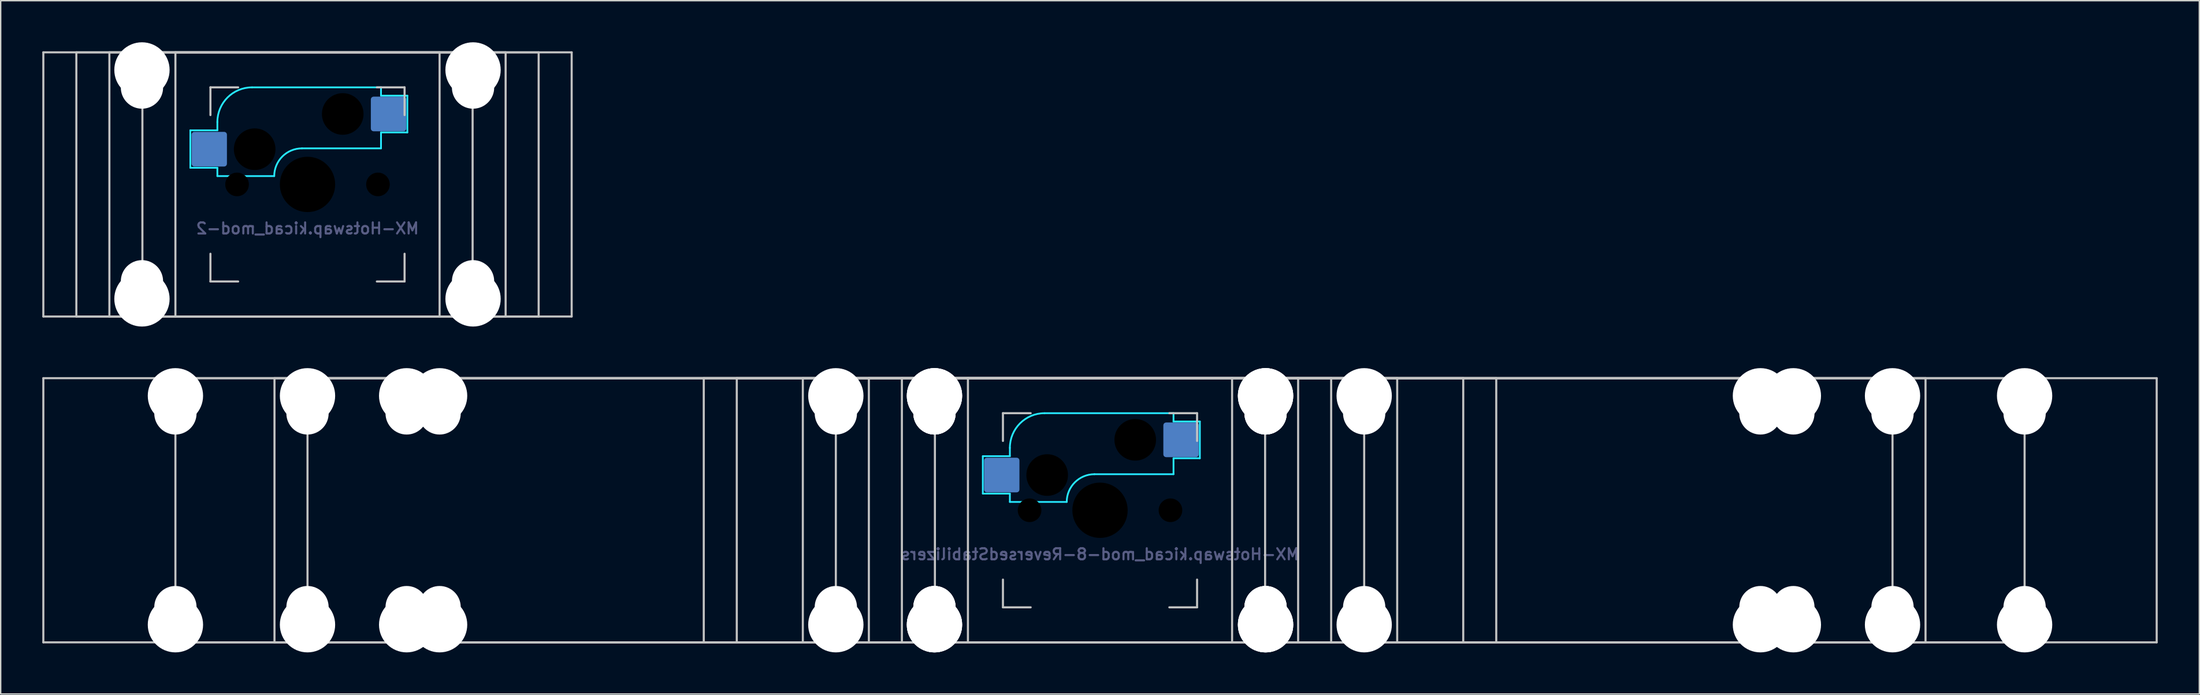
<source format=kicad_pcb>
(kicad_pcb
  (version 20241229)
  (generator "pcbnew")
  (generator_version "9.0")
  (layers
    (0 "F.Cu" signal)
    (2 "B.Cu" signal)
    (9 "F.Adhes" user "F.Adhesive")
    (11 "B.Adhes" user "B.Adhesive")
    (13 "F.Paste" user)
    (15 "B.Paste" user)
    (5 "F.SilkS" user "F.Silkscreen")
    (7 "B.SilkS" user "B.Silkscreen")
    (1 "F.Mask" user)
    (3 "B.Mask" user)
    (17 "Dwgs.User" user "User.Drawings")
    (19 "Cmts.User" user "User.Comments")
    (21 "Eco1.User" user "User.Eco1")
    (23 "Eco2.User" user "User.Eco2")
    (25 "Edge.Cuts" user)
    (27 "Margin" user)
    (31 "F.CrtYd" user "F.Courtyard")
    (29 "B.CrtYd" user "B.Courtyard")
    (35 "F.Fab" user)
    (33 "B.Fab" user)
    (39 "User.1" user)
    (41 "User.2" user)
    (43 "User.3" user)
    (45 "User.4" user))
  (footprint "MX-Hotswap.kicad_mod-8-ReversedStabilizers"
    (layer "F.Cu")
    (at 76.275 33.747)
    (property "Reference" "MX-Hotswap.kicad_mod-8-ReversedStabilizers" (at 0 3.175 0) (layer "B.Fab") (effects (font (size 0.8 0.8) (thickness 0.15)) (justify mirror)))
    (attr smd)
    (fp_line (start -76.2 9.525) (end -76.2 -9.525) (stroke (width 0.15) (type solid)) (layer "Dwgs.User"))
    (fp_line (start -66.675 9.525) (end -66.675 -9.525) (stroke (width 0.15) (type solid)) (layer "Dwgs.User"))
    (fp_line (start -59.531 9.525) (end -59.531 -9.525) (stroke (width 0.15) (type solid)) (layer "Dwgs.User"))
    (fp_line (start -57.15 9.525) (end -57.15 -9.525) (stroke (width 0.15) (type solid)) (layer "Dwgs.User"))
    (fp_line (start -28.575 9.525) (end -28.575 -9.525) (stroke (width 0.15) (type solid)) (layer "Dwgs.User"))
    (fp_line (start -26.194 9.525) (end -26.194 -9.525) (stroke (width 0.15) (type solid)) (layer "Dwgs.User"))
    (fp_line (start -21.431 9.525) (end -21.431 -9.525) (stroke (width 0.15) (type solid)) (layer "Dwgs.User"))
    (fp_line (start -19.05 9.525) (end -19.05 -9.525) (stroke (width 0.15) (type solid)) (layer "Dwgs.User"))
    (fp_line (start -16.669 9.525) (end -16.669 -9.525) (stroke (width 0.15) (type solid)) (layer "Dwgs.User"))
    (fp_line (start -14.287 9.525) (end -14.287 -9.525) (stroke (width 0.15) (type solid)) (layer "Dwgs.User"))
    (fp_line (start -11.906 9.525) (end -11.906 -9.525) (stroke (width 0.15) (type solid)) (layer "Dwgs.User"))
    (fp_line (start -9.525 9.525) (end -9.525 -9.525) (stroke (width 0.15) (type solid)) (layer "Dwgs.User"))
    (fp_line (start -7 -7) (end -7 -5) (stroke (width 0.15) (type solid)) (layer "Dwgs.User"))
    (fp_line (start -7 5) (end -7 7) (stroke (width 0.15) (type solid)) (layer "Dwgs.User"))
    (fp_line (start -7 7) (end -5 7) (stroke (width 0.15) (type solid)) (layer "Dwgs.User"))
    (fp_line (start -5 -7) (end -7 -7) (stroke (width 0.15) (type solid)) (layer "Dwgs.User"))
    (fp_line (start 5 -7) (end 7 -7) (stroke (width 0.15) (type solid)) (layer "Dwgs.User"))
    (fp_line (start 5 7) (end 7 7) (stroke (width 0.15) (type solid)) (layer "Dwgs.User"))
    (fp_line (start 7 -7) (end 7 -5) (stroke (width 0.15) (type solid)) (layer "Dwgs.User"))
    (fp_line (start 7 7) (end 7 5) (stroke (width 0.15) (type solid)) (layer "Dwgs.User"))
    (fp_line (start 9.525 -9.525) (end -9.525 -9.525) (stroke (width 0.15) (type solid)) (layer "Dwgs.User"))
    (fp_line (start 9.525 9.525) (end -9.525 9.525) (stroke (width 0.15) (type solid)) (layer "Dwgs.User"))
    (fp_line (start 9.525 9.525) (end 9.525 -9.525) (stroke (width 0.15) (type solid)) (layer "Dwgs.User"))
    (fp_line (start 11.906 -9.525) (end -11.906 -9.525) (stroke (width 0.15) (type solid)) (layer "Dwgs.User"))
    (fp_line (start 11.906 9.525) (end -11.906 9.525) (stroke (width 0.15) (type solid)) (layer "Dwgs.User"))
    (fp_line (start 11.906 9.525) (end 11.906 -9.525) (stroke (width 0.15) (type solid)) (layer "Dwgs.User"))
    (fp_line (start 14.287 -9.525) (end -14.287 -9.525) (stroke (width 0.15) (type solid)) (layer "Dwgs.User"))
    (fp_line (start 14.287 9.525) (end -14.287 9.525) (stroke (width 0.15) (type solid)) (layer "Dwgs.User"))
    (fp_line (start 14.287 9.525) (end 14.287 -9.525) (stroke (width 0.15) (type solid)) (layer "Dwgs.User"))
    (fp_line (start 16.669 -9.525) (end -16.669 -9.525) (stroke (width 0.15) (type solid)) (layer "Dwgs.User"))
    (fp_line (start 16.669 9.525) (end -16.669 9.525) (stroke (width 0.15) (type solid)) (layer "Dwgs.User"))
    (fp_line (start 16.669 9.525) (end 16.669 -9.525) (stroke (width 0.15) (type solid)) (layer "Dwgs.User"))
    (fp_line (start 19.05 -9.525) (end -19.05 -9.525) (stroke (width 0.15) (type solid)) (layer "Dwgs.User"))
    (fp_line (start 19.05 9.525) (end -19.05 9.525) (stroke (width 0.15) (type solid)) (layer "Dwgs.User"))
    (fp_line (start 19.05 9.525) (end 19.05 -9.525) (stroke (width 0.15) (type solid)) (layer "Dwgs.User"))
    (fp_line (start 21.431 -9.525) (end -21.431 -9.525) (stroke (width 0.15) (type solid)) (layer "Dwgs.User"))
    (fp_line (start 21.431 9.525) (end -21.431 9.525) (stroke (width 0.15) (type solid)) (layer "Dwgs.User"))
    (fp_line (start 21.431 9.525) (end 21.431 -9.525) (stroke (width 0.15) (type solid)) (layer "Dwgs.User"))
    (fp_line (start 26.194 -9.525) (end -26.194 -9.525) (stroke (width 0.15) (type solid)) (layer "Dwgs.User"))
    (fp_line (start 26.194 9.525) (end -26.194 9.525) (stroke (width 0.15) (type solid)) (layer "Dwgs.User"))
    (fp_line (start 26.194 9.525) (end 26.194 -9.525) (stroke (width 0.15) (type solid)) (layer "Dwgs.User"))
    (fp_line (start 28.575 -9.525) (end -28.575 -9.525) (stroke (width 0.15) (type solid)) (layer "Dwgs.User"))
    (fp_line (start 28.575 9.525) (end -28.575 9.525) (stroke (width 0.15) (type solid)) (layer "Dwgs.User"))
    (fp_line (start 28.575 9.525) (end 28.575 -9.525) (stroke (width 0.15) (type solid)) (layer "Dwgs.User"))
    (fp_line (start 57.15 -9.525) (end -57.15 -9.525) (stroke (width 0.15) (type solid)) (layer "Dwgs.User"))
    (fp_line (start 57.15 9.525) (end -57.15 9.525) (stroke (width 0.15) (type solid)) (layer "Dwgs.User"))
    (fp_line (start 57.15 9.525) (end 57.15 -9.525) (stroke (width 0.15) (type solid)) (layer "Dwgs.User"))
    (fp_line (start 59.531 -9.525) (end -59.531 -9.525) (stroke (width 0.15) (type solid)) (layer "Dwgs.User"))
    (fp_line (start 59.531 9.525) (end -59.531 9.525) (stroke (width 0.15) (type solid)) (layer "Dwgs.User"))
    (fp_line (start 59.531 9.525) (end 59.531 -9.525) (stroke (width 0.15) (type solid)) (layer "Dwgs.User"))
    (fp_line (start 66.675 -9.525) (end -66.675 -9.525) (stroke (width 0.15) (type solid)) (layer "Dwgs.User"))
    (fp_line (start 66.675 9.525) (end -66.675 9.525) (stroke (width 0.15) (type solid)) (layer "Dwgs.User"))
    (fp_line (start 66.675 9.525) (end 66.675 -9.525) (stroke (width 0.15) (type solid)) (layer "Dwgs.User"))
    (fp_line (start 76.2 -9.525) (end -76.2 -9.525) (stroke (width 0.15) (type solid)) (layer "Dwgs.User"))
    (fp_line (start 76.2 9.525) (end -76.2 9.525) (stroke (width 0.15) (type solid)) (layer "Dwgs.User"))
    (fp_line (start 76.2 9.525) (end 76.2 -9.525) (stroke (width 0.15) (type solid)) (layer "Dwgs.User"))
    (fp_line (start -8.45 -3.9) (end -8.45 -1.2) (stroke (width 0.127) (type solid)) (layer "B.CrtYd"))
    (fp_line (start -8.45 -1.2) (end -6.5 -1.2) (stroke (width 0.127) (type solid)) (layer "B.CrtYd"))
    (fp_line (start -6.5 -4.5) (end -6.5 -3.9) (stroke (width 0.127) (type solid)) (layer "B.CrtYd"))
    (fp_line (start -6.5 -3.9) (end -8.45 -3.9) (stroke (width 0.127) (type solid)) (layer "B.CrtYd"))
    (fp_line (start -6.5 -0.6) (end -6.5 -1.2) (stroke (width 0.127) (type solid)) (layer "B.CrtYd"))
    (fp_line (start -6.5 -0.6) (end -2.4 -0.6) (stroke (width 0.127) (type solid)) (layer "B.CrtYd"))
    (fp_line (start -0.4 -2.6) (end 5.3 -2.6) (stroke (width 0.127) (type solid)) (layer "B.CrtYd"))
    (fp_line (start 5.3 -7) (end -4 -7) (stroke (width 0.127) (type solid)) (layer "B.CrtYd"))
    (fp_line (start 5.3 -7) (end 5.3 -6.4) (stroke (width 0.127) (type solid)) (layer "B.CrtYd"))
    (fp_line (start 5.3 -6.4) (end 7.2 -6.4) (stroke (width 0.127) (type solid)) (layer "B.CrtYd"))
    (fp_line (start 5.3 -2.6) (end 5.3 -3.75) (stroke (width 0.127) (type solid)) (layer "B.CrtYd"))
    (fp_line (start 7.2 -6.4) (end 7.2 -3.75) (stroke (width 0.127) (type solid)) (layer "B.CrtYd"))
    (fp_line (start 7.2 -3.75) (end 5.3 -3.75) (stroke (width 0.127) (type solid)) (layer "B.CrtYd"))
    (fp_arc (start -6.5 -4.5) (mid -5.767767 -6.267767) (end -4 -7) (stroke (width 0.127) (type solid)) (layer "B.CrtYd"))
    (fp_arc (start -2.4 -0.6) (mid -1.814214 -2.014214) (end -0.4 -2.6) (stroke (width 0.127) (type solid)) (layer "B.CrtYd"))
    (pad "" np_thru_hole circle (at -66.675 -8.255) (size 3.988 3.988) (drill 3.988) (layers "*.Cu" "*.Mask"))
    (pad "" np_thru_hole circle (at -66.675 -6.985) (size 3.048 3.048) (drill 3.048) (layers "*.Cu" "*.Mask"))
    (pad "" np_thru_hole circle (at -66.675 6.985) (size 3.048 3.048) (drill 3.048) (layers "*.Cu" "*.Mask"))
    (pad "" np_thru_hole circle (at -66.675 8.255) (size 3.988 3.988) (drill 3.988) (layers "*.Cu" "*.Mask"))
    (pad "" np_thru_hole circle (at -57.15 -8.255) (size 3.988 3.988) (drill 3.988) (layers "*.Cu" "*.Mask"))
    (pad "" np_thru_hole circle (at -57.15 -6.985) (size 3.048 3.048) (drill 3.048) (layers "*.Cu" "*.Mask"))
    (pad "" np_thru_hole circle (at -57.15 6.985) (size 3.048 3.048) (drill 3.048) (layers "*.Cu" "*.Mask"))
    (pad "" np_thru_hole circle (at -57.15 8.255) (size 3.988 3.988) (drill 3.988) (layers "*.Cu" "*.Mask"))
    (pad "" np_thru_hole circle (at -50 -8.255) (size 3.988 3.988) (drill 3.988) (layers "*.Cu" "*.Mask"))
    (pad "" np_thru_hole circle (at -50 -6.985) (size 3.048 3.048) (drill 3.048) (layers "*.Cu" "*.Mask"))
    (pad "" np_thru_hole circle (at -50 6.985) (size 3.048 3.048) (drill 3.048) (layers "*.Cu" "*.Mask"))
    (pad "" np_thru_hole circle (at -50 8.255) (size 3.988 3.988) (drill 3.988) (layers "*.Cu" "*.Mask"))
    (pad "" np_thru_hole circle (at -47.625 -8.255) (size 3.988 3.988) (drill 3.988) (layers "*.Cu" "*.Mask"))
    (pad "" np_thru_hole circle (at -47.625 -6.985) (size 3.048 3.048) (drill 3.048) (layers "*.Cu" "*.Mask"))
    (pad "" np_thru_hole circle (at -47.625 6.985) (size 3.048 3.048) (drill 3.048) (layers "*.Cu" "*.Mask"))
    (pad "" np_thru_hole circle (at -47.625 8.255) (size 3.988 3.988) (drill 3.988) (layers "*.Cu" "*.Mask"))
    (pad "" np_thru_hole circle (at -19.05 -8.255) (size 3.988 3.988) (drill 3.988) (layers "*.Cu" "*.Mask"))
    (pad "" np_thru_hole circle (at -19.05 -6.985) (size 3.048 3.048) (drill 3.048) (layers "*.Cu" "*.Mask"))
    (pad "" np_thru_hole circle (at -19.05 6.985) (size 3.048 3.048) (drill 3.048) (layers "*.Cu" "*.Mask"))
    (pad "" np_thru_hole circle (at -19.05 8.255) (size 3.988 3.988) (drill 3.988) (layers "*.Cu" "*.Mask"))
    (pad "" np_thru_hole circle (at -11.938 -8.255) (size 3.988 3.988) (drill 3.988) (layers "*.Cu" "*.Mask"))
    (pad "" np_thru_hole circle (at -11.938 -8.255) (size 3.988 3.988) (drill 3.988) (layers "*.Cu" "*.Mask"))
    (pad "" np_thru_hole circle (at -11.938 -8.255) (size 3.988 3.988) (drill 3.988) (layers "*.Cu" "*.Mask"))
    (pad "" np_thru_hole circle (at -11.938 -6.985) (size 3.048 3.048) (drill 3.048) (layers "*.Cu" "*.Mask"))
    (pad "" np_thru_hole circle (at -11.938 -6.985) (size 3.048 3.048) (drill 3.048) (layers "*.Cu" "*.Mask"))
    (pad "" np_thru_hole circle (at -11.938 -6.985) (size 3.048 3.048) (drill 3.048) (layers "*.Cu" "*.Mask"))
    (pad "" np_thru_hole circle (at -11.938 6.985) (size 3.048 3.048) (drill 3.048) (layers "*.Cu" "*.Mask"))
    (pad "" np_thru_hole circle (at -11.938 6.985) (size 3.048 3.048) (drill 3.048) (layers "*.Cu" "*.Mask"))
    (pad "" np_thru_hole circle (at -11.938 6.985) (size 3.048 3.048) (drill 3.048) (layers "*.Cu" "*.Mask"))
    (pad "" np_thru_hole circle (at -11.938 8.255) (size 3.988 3.988) (drill 3.988) (layers "*.Cu" "*.Mask"))
    (pad "" np_thru_hole circle (at -11.938 8.255) (size 3.988 3.988) (drill 3.988) (layers "*.Cu" "*.Mask"))
    (pad "" np_thru_hole circle (at -11.938 8.255) (size 3.988 3.988) (drill 3.988) (layers "*.Cu" "*.Mask"))
    (pad "" np_thru_hole circle (at -5.08 0 48.099) (size 1.702 1.702) (drill 1.702) (layers "*.Mask"))
    (pad "" np_thru_hole circle (at -3.81 -2.54) (size 3 3) (drill 3) (layers "*.Mask"))
    (pad "" np_thru_hole circle (at 0 0) (size 3.988 3.988) (drill 3.988) (layers "*.Mask"))
    (pad "" np_thru_hole circle (at 2.54 -5.08) (size 3 3) (drill 3) (layers "*.Mask"))
    (pad "" np_thru_hole circle (at 5.08 0 48.099) (size 1.702 1.702) (drill 1.702) (layers "*.Mask"))
    (pad "" np_thru_hole circle (at 11.938 -8.255) (size 3.988 3.988) (drill 3.988) (layers "*.Cu" "*.Mask"))
    (pad "" np_thru_hole circle (at 11.938 -8.255) (size 3.988 3.988) (drill 3.988) (layers "*.Cu" "*.Mask"))
    (pad "" np_thru_hole circle (at 11.938 -8.255) (size 3.988 3.988) (drill 3.988) (layers "*.Cu" "*.Mask"))
    (pad "" np_thru_hole circle (at 11.938 -6.985) (size 3.048 3.048) (drill 3.048) (layers "*.Cu" "*.Mask"))
    (pad "" np_thru_hole circle (at 11.938 -6.985) (size 3.048 3.048) (drill 3.048) (layers "*.Cu" "*.Mask"))
    (pad "" np_thru_hole circle (at 11.938 -6.985) (size 3.048 3.048) (drill 3.048) (layers "*.Cu" "*.Mask"))
    (pad "" np_thru_hole circle (at 11.938 6.985) (size 3.048 3.048) (drill 3.048) (layers "*.Cu" "*.Mask"))
    (pad "" np_thru_hole circle (at 11.938 6.985) (size 3.048 3.048) (drill 3.048) (layers "*.Cu" "*.Mask"))
    (pad "" np_thru_hole circle (at 11.938 6.985) (size 3.048 3.048) (drill 3.048) (layers "*.Cu" "*.Mask"))
    (pad "" np_thru_hole circle (at 11.938 8.255) (size 3.988 3.988) (drill 3.988) (layers "*.Cu" "*.Mask"))
    (pad "" np_thru_hole circle (at 11.938 8.255) (size 3.988 3.988) (drill 3.988) (layers "*.Cu" "*.Mask"))
    (pad "" np_thru_hole circle (at 11.938 8.255) (size 3.988 3.988) (drill 3.988) (layers "*.Cu" "*.Mask"))
    (pad "" np_thru_hole circle (at 19.05 -8.255) (size 3.988 3.988) (drill 3.988) (layers "*.Cu" "*.Mask"))
    (pad "" np_thru_hole circle (at 19.05 -6.985) (size 3.048 3.048) (drill 3.048) (layers "*.Cu" "*.Mask"))
    (pad "" np_thru_hole circle (at 19.05 6.985) (size 3.048 3.048) (drill 3.048) (layers "*.Cu" "*.Mask"))
    (pad "" np_thru_hole circle (at 19.05 8.255) (size 3.988 3.988) (drill 3.988) (layers "*.Cu" "*.Mask"))
    (pad "" np_thru_hole circle (at 47.625 -8.255) (size 3.988 3.988) (drill 3.988) (layers "*.Cu" "*.Mask"))
    (pad "" np_thru_hole circle (at 47.625 -6.985) (size 3.048 3.048) (drill 3.048) (layers "*.Cu" "*.Mask"))
    (pad "" np_thru_hole circle (at 47.625 6.985) (size 3.048 3.048) (drill 3.048) (layers "*.Cu" "*.Mask"))
    (pad "" np_thru_hole circle (at 47.625 8.255) (size 3.988 3.988) (drill 3.988) (layers "*.Cu" "*.Mask"))
    (pad "" np_thru_hole circle (at 50 -8.255) (size 3.988 3.988) (drill 3.988) (layers "*.Cu" "*.Mask"))
    (pad "" np_thru_hole circle (at 50 -6.985) (size 3.048 3.048) (drill 3.048) (layers "*.Cu" "*.Mask"))
    (pad "" np_thru_hole circle (at 50 6.985) (size 3.048 3.048) (drill 3.048) (layers "*.Cu" "*.Mask"))
    (pad "" np_thru_hole circle (at 50 8.255) (size 3.988 3.988) (drill 3.988) (layers "*.Cu" "*.Mask"))
    (pad "" np_thru_hole circle (at 57.15 -8.255) (size 3.988 3.988) (drill 3.988) (layers "*.Cu" "*.Mask"))
    (pad "" np_thru_hole circle (at 57.15 -6.985) (size 3.048 3.048) (drill 3.048) (layers "*.Cu" "*.Mask"))
    (pad "" np_thru_hole circle (at 57.15 6.985) (size 3.048 3.048) (drill 3.048) (layers "*.Cu" "*.Mask"))
    (pad "" np_thru_hole circle (at 57.15 8.255) (size 3.988 3.988) (drill 3.988) (layers "*.Cu" "*.Mask"))
    (pad "" np_thru_hole circle (at 66.675 -8.255) (size 3.988 3.988) (drill 3.988) (layers "*.Cu" "*.Mask"))
    (pad "" np_thru_hole circle (at 66.675 -6.985) (size 3.048 3.048) (drill 3.048) (layers "*.Cu" "*.Mask"))
    (pad "" np_thru_hole circle (at 66.675 6.985) (size 3.048 3.048) (drill 3.048) (layers "*.Cu" "*.Mask"))
    (pad "" np_thru_hole circle (at 66.675 8.255) (size 3.988 3.988) (drill 3.988) (layers "*.Cu" "*.Mask"))
    (pad "1" smd roundrect (at -7.085 -2.54) (size 2.55 2.5) (layers "B.Cu" "B.Mask" "B.Paste") (roundrect_rratio 0.08))
    (pad "2" smd roundrect (at 5.842 -5.08) (size 2.55 2.5) (layers "B.Cu" "B.Mask" "B.Paste") (roundrect_rratio 0.08)))
  (footprint "MX-Hotswap.kicad_mod-2"
    (layer "F.Cu")
    (at 19.125 10.249)
    (property "Reference" "MX-Hotswap.kicad_mod-2" (at 0 3.175 0) (layer "B.Fab") (effects (font (size 0.8 0.8) (thickness 0.15)) (justify mirror)))
    (attr smd)
    (fp_line (start -19.05 9.525) (end -19.05 -9.525) (stroke (width 0.15) (type solid)) (layer "Dwgs.User"))
    (fp_line (start -16.669 9.525) (end -16.669 -9.525) (stroke (width 0.15) (type solid)) (layer "Dwgs.User"))
    (fp_line (start -14.287 9.525) (end -14.287 -9.525) (stroke (width 0.15) (type solid)) (layer "Dwgs.User"))
    (fp_line (start -11.906 9.525) (end -11.906 -9.525) (stroke (width 0.15) (type solid)) (layer "Dwgs.User"))
    (fp_line (start -9.525 9.525) (end -9.525 -9.525) (stroke (width 0.15) (type solid)) (layer "Dwgs.User"))
    (fp_line (start -7 -7) (end -7 -5) (stroke (width 0.15) (type solid)) (layer "Dwgs.User"))
    (fp_line (start -7 5) (end -7 7) (stroke (width 0.15) (type solid)) (layer "Dwgs.User"))
    (fp_line (start -7 7) (end -5 7) (stroke (width 0.15) (type solid)) (layer "Dwgs.User"))
    (fp_line (start -5 -7) (end -7 -7) (stroke (width 0.15) (type solid)) (layer "Dwgs.User"))
    (fp_line (start 5 -7) (end 7 -7) (stroke (width 0.15) (type solid)) (layer "Dwgs.User"))
    (fp_line (start 5 7) (end 7 7) (stroke (width 0.15) (type solid)) (layer "Dwgs.User"))
    (fp_line (start 7 -7) (end 7 -5) (stroke (width 0.15) (type solid)) (layer "Dwgs.User"))
    (fp_line (start 7 7) (end 7 5) (stroke (width 0.15) (type solid)) (layer "Dwgs.User"))
    (fp_line (start 9.525 -9.525) (end -9.525 -9.525) (stroke (width 0.15) (type solid)) (layer "Dwgs.User"))
    (fp_line (start 9.525 9.525) (end -9.525 9.525) (stroke (width 0.15) (type solid)) (layer "Dwgs.User"))
    (fp_line (start 9.525 9.525) (end 9.525 -9.525) (stroke (width 0.15) (type solid)) (layer "Dwgs.User"))
    (fp_line (start 11.906 -9.525) (end -11.906 -9.525) (stroke (width 0.15) (type solid)) (layer "Dwgs.User"))
    (fp_line (start 11.906 9.525) (end -11.906 9.525) (stroke (width 0.15) (type solid)) (layer "Dwgs.User"))
    (fp_line (start 11.906 9.525) (end 11.906 -9.525) (stroke (width 0.15) (type solid)) (layer "Dwgs.User"))
    (fp_line (start 14.287 -9.525) (end -14.287 -9.525) (stroke (width 0.15) (type solid)) (layer "Dwgs.User"))
    (fp_line (start 14.287 9.525) (end -14.287 9.525) (stroke (width 0.15) (type solid)) (layer "Dwgs.User"))
    (fp_line (start 14.287 9.525) (end 14.287 -9.525) (stroke (width 0.15) (type solid)) (layer "Dwgs.User"))
    (fp_line (start 16.669 -9.525) (end -16.669 -9.525) (stroke (width 0.15) (type solid)) (layer "Dwgs.User"))
    (fp_line (start 16.669 9.525) (end -16.669 9.525) (stroke (width 0.15) (type solid)) (layer "Dwgs.User"))
    (fp_line (start 16.669 9.525) (end 16.669 -9.525) (stroke (width 0.15) (type solid)) (layer "Dwgs.User"))
    (fp_line (start 19.05 -9.525) (end -19.05 -9.525) (stroke (width 0.15) (type solid)) (layer "Dwgs.User"))
    (fp_line (start 19.05 9.525) (end -19.05 9.525) (stroke (width 0.15) (type solid)) (layer "Dwgs.User"))
    (fp_line (start 19.05 9.525) (end 19.05 -9.525) (stroke (width 0.15) (type solid)) (layer "Dwgs.User"))
    (fp_line (start -8.45 -3.9) (end -8.45 -1.2) (stroke (width 0.127) (type solid)) (layer "B.CrtYd"))
    (fp_line (start -8.45 -1.2) (end -6.5 -1.2) (stroke (width 0.127) (type solid)) (layer "B.CrtYd"))
    (fp_line (start -6.5 -4.5) (end -6.5 -3.9) (stroke (width 0.127) (type solid)) (layer "B.CrtYd"))
    (fp_line (start -6.5 -3.9) (end -8.45 -3.9) (stroke (width 0.127) (type solid)) (layer "B.CrtYd"))
    (fp_line (start -6.5 -0.6) (end -6.5 -1.2) (stroke (width 0.127) (type solid)) (layer "B.CrtYd"))
    (fp_line (start -6.5 -0.6) (end -2.4 -0.6) (stroke (width 0.127) (type solid)) (layer "B.CrtYd"))
    (fp_line (start -0.4 -2.6) (end 5.3 -2.6) (stroke (width 0.127) (type solid)) (layer "B.CrtYd"))
    (fp_line (start 5.3 -7) (end -4 -7) (stroke (width 0.127) (type solid)) (layer "B.CrtYd"))
    (fp_line (start 5.3 -7) (end 5.3 -6.4) (stroke (width 0.127) (type solid)) (layer "B.CrtYd"))
    (fp_line (start 5.3 -6.4) (end 7.2 -6.4) (stroke (width 0.127) (type solid)) (layer "B.CrtYd"))
    (fp_line (start 5.3 -2.6) (end 5.3 -3.75) (stroke (width 0.127) (type solid)) (layer "B.CrtYd"))
    (fp_line (start 7.2 -6.4) (end 7.2 -3.75) (stroke (width 0.127) (type solid)) (layer "B.CrtYd"))
    (fp_line (start 7.2 -3.75) (end 5.3 -3.75) (stroke (width 0.127) (type solid)) (layer "B.CrtYd"))
    (fp_arc (start -6.5 -4.5) (mid -5.767767 -6.267767) (end -4 -7) (stroke (width 0.127) (type solid)) (layer "B.CrtYd"))
    (fp_arc (start -2.4 -0.6) (mid -1.814214 -2.014214) (end -0.4 -2.6) (stroke (width 0.127) (type solid)) (layer "B.CrtYd"))
    (pad "" np_thru_hole circle (at -11.938 -8.255) (size 3.988 3.988) (drill 3.988) (layers "*.Cu" "*.Mask"))
    (pad "" np_thru_hole circle (at -11.938 -6.985) (size 3.048 3.048) (drill 3.048) (layers "*.Cu" "*.Mask"))
    (pad "" np_thru_hole circle (at -11.938 6.985) (size 3.048 3.048) (drill 3.048) (layers "*.Cu" "*.Mask"))
    (pad "" np_thru_hole circle (at -11.938 8.255) (size 3.988 3.988) (drill 3.988) (layers "*.Cu" "*.Mask"))
    (pad "" np_thru_hole circle (at -5.08 0 48.099) (size 1.702 1.702) (drill 1.702) (layers "*.Mask"))
    (pad "" np_thru_hole circle (at -3.81 -2.54) (size 3 3) (drill 3) (layers "*.Mask"))
    (pad "" np_thru_hole circle (at 0 0) (size 3.988 3.988) (drill 3.988) (layers "*.Mask"))
    (pad "" np_thru_hole circle (at 2.54 -5.08) (size 3 3) (drill 3) (layers "*.Mask"))
    (pad "" np_thru_hole circle (at 5.08 0 48.099) (size 1.702 1.702) (drill 1.702) (layers "*.Mask"))
    (pad "" np_thru_hole circle (at 11.938 -8.255) (size 3.988 3.988) (drill 3.988) (layers "*.Cu" "*.Mask"))
    (pad "" np_thru_hole circle (at 11.938 -6.985) (size 3.048 3.048) (drill 3.048) (layers "*.Cu" "*.Mask"))
    (pad "" np_thru_hole circle (at 11.938 6.985) (size 3.048 3.048) (drill 3.048) (layers "*.Cu" "*.Mask"))
    (pad "" np_thru_hole circle (at 11.938 8.255) (size 3.988 3.988) (drill 3.988) (layers "*.Cu" "*.Mask"))
    (pad "1" smd roundrect (at -7.085 -2.54) (size 2.55 2.5) (layers "B.Cu" "B.Mask" "B.Paste") (roundrect_rratio 0.08))
    (pad "2" smd roundrect (at 5.842 -5.08) (size 2.55 2.5) (layers "B.Cu" "B.Mask" "B.Paste") (roundrect_rratio 0.08)))
  (gr_rect
    (start -3 -3)
    (end 155.55 46.996)
    (stroke (width 0.1) (type default))
    (fill no)
    (layer "Edge.Cuts")))
</source>
